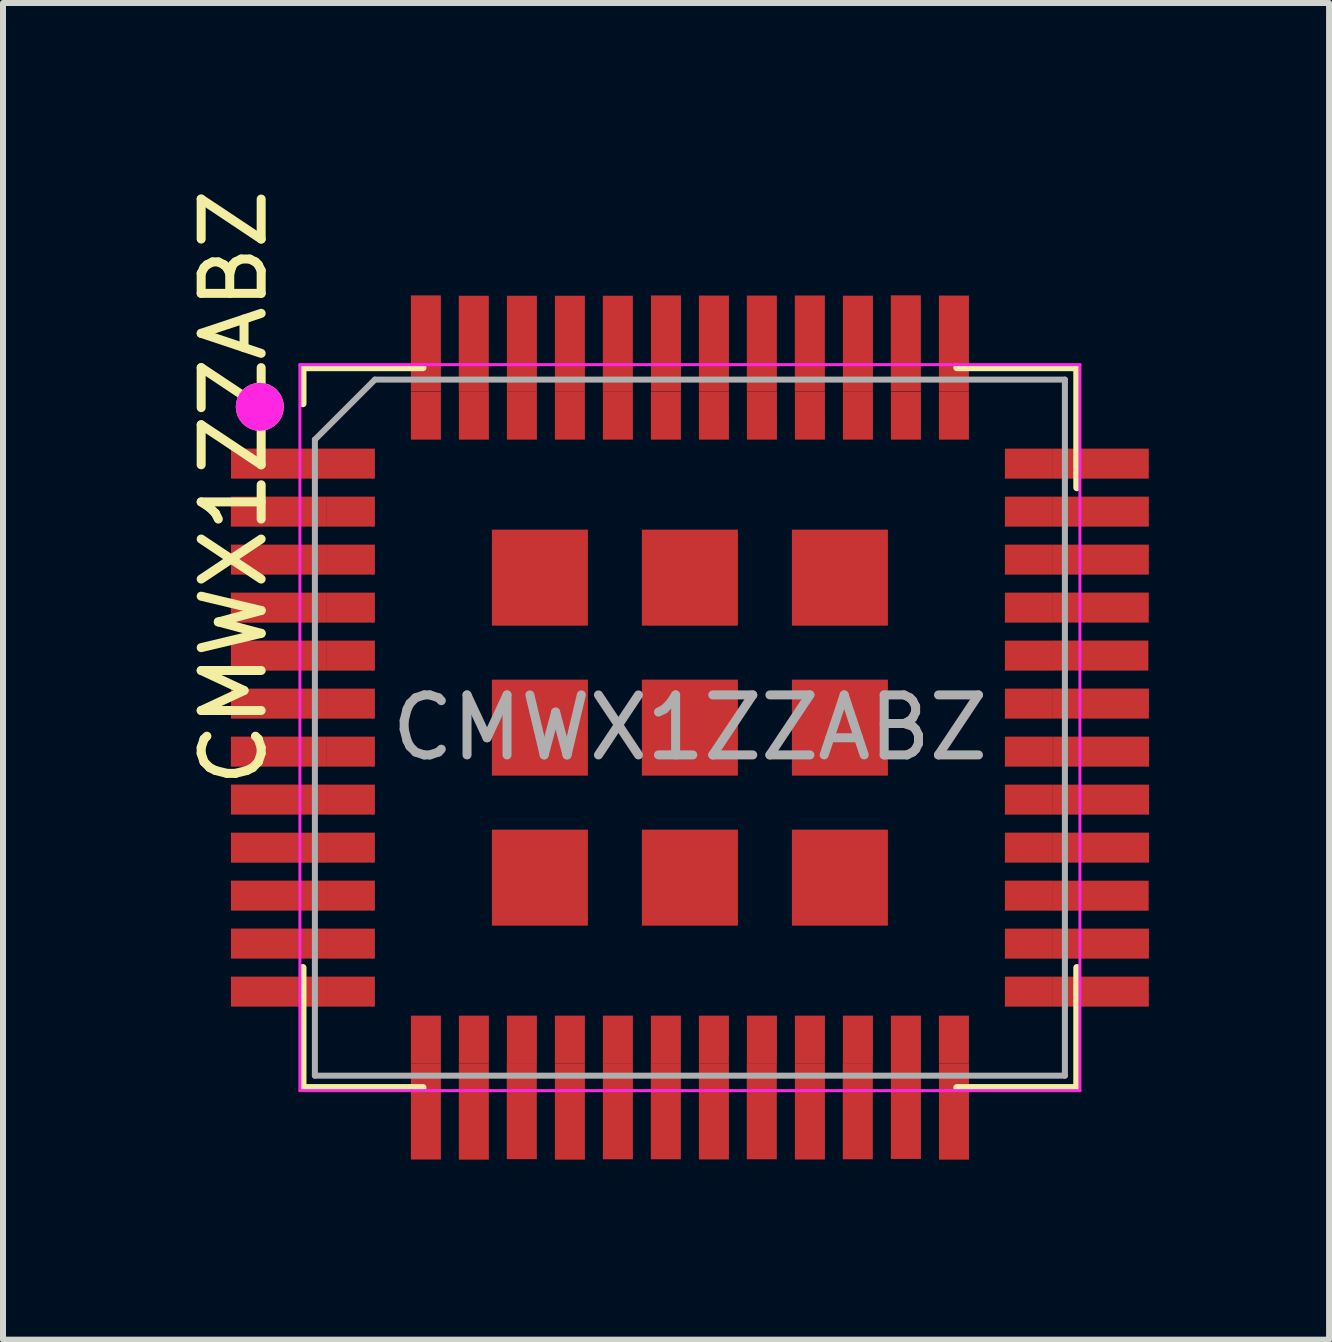
<source format=kicad_pcb>
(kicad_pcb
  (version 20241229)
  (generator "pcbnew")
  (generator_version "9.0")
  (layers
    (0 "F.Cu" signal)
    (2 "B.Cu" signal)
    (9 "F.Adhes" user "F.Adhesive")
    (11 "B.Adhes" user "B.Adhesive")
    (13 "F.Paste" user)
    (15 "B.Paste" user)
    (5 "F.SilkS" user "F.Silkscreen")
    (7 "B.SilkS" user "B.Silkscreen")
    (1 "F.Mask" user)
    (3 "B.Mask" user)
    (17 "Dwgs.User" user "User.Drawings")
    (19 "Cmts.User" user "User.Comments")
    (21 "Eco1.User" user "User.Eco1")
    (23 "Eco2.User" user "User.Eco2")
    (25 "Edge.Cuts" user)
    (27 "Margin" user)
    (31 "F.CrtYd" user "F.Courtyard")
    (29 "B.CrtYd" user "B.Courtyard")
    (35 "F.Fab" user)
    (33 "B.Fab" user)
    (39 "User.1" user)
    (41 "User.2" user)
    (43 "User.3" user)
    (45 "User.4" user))
  (footprint "CMWX1ZZABZ"
    (layer "F.Cu")
    (at 8.448 9.077)
    (property "Reference" "CMWX1ZZABZ" (at -7.6 -4 270) (layer "F.SilkS") (effects (font (size 1 1) (thickness 0.15))))
    (attr smd)
    (fp_line (start -6.45 -6) (end -6.45 -5.4) (stroke (width 0.12) (type solid)) (layer "F.SilkS"))
    (fp_line (start -6.45 -6) (end -4.45 -6) (stroke (width 0.12) (type solid)) (layer "F.SilkS"))
    (fp_line (start -6.45 4) (end -6.45 6) (stroke (width 0.12) (type solid)) (layer "F.SilkS"))
    (fp_line (start -6.45 6) (end -4.45 6) (stroke (width 0.12) (type solid)) (layer "F.SilkS"))
    (fp_line (start 4.45 -6) (end 6.45 -6) (stroke (width 0.12) (type solid)) (layer "F.SilkS"))
    (fp_line (start 4.45 6) (end 6.45 6) (stroke (width 0.12) (type solid)) (layer "F.SilkS"))
    (fp_line (start 6.45 -6) (end 6.45 -4) (stroke (width 0.12) (type solid)) (layer "F.SilkS"))
    (fp_line (start 6.45 4) (end 6.45 6) (stroke (width 0.12) (type solid)) (layer "F.SilkS"))
    (fp_circle (center -7.168 -5.347) (end -6.968 -5.347) (stroke (width 0.4) (type solid)) (fill no) (layer "F.SilkS"))
    (fp_line (start -6.5 -6.05) (end 6.5 -6.05) (stroke (width 0.05) (type solid)) (layer "F.CrtYd"))
    (fp_line (start -6.5 6.05) (end -6.5 -6.05) (stroke (width 0.05) (type solid)) (layer "F.CrtYd"))
    (fp_line (start -6.5 6.05) (end 6.5 6.05) (stroke (width 0.05) (type solid)) (layer "F.CrtYd"))
    (fp_line (start 6.5 -6.05) (end 6.5 6.05) (stroke (width 0.05) (type solid)) (layer "F.CrtYd"))
    (fp_circle (center -7.169 -5.347) (end -6.969 -5.347) (stroke (width 0.4) (type solid)) (fill no) (layer "F.CrtYd"))
    (fp_line (start -6.25 -4.8) (end -6.25 5.8) (stroke (width 0.1) (type solid)) (layer "F.Fab"))
    (fp_line (start -6.25 5.8) (end 6.25 5.8) (stroke (width 0.1) (type solid)) (layer "F.Fab"))
    (fp_line (start -5.25 -5.8) (end -6.25 -4.8) (stroke (width 0.1) (type solid)) (layer "F.Fab"))
    (fp_line (start -5.25 -5.8) (end 6.25 -5.8) (stroke (width 0.1) (type solid)) (layer "F.Fab"))
    (fp_line (start 6.25 -5.8) (end 6.25 5.8) (stroke (width 0.1) (type solid)) (layer "F.Fab"))
    (fp_text user "${REFERENCE}" (at 0 0 0) (layer "F.Fab") (effects (font (size 1 1) (thickness 0.15))))
    (pad "1" smd rect (at -6.848 -4.4) (size 1.6 0.5) (layers "F.Cu" "F.Mask" "F.Paste"))
    (pad "1" smd rect (at -5.65 -4.4) (size 0.8 0.5) (layers "F.Cu" "F.Mask" "F.Paste"))
    (pad "2" smd rect (at -6.85 -3.6) (size 1.6 0.5) (layers "F.Cu" "F.Mask" "F.Paste"))
    (pad "2" smd rect (at -5.65 -3.6) (size 0.8 0.5) (layers "F.Cu" "F.Mask" "F.Paste"))
    (pad "3" smd rect (at -6.849 -2.8) (size 1.6 0.5) (layers "F.Cu" "F.Mask" "F.Paste"))
    (pad "3" smd rect (at -5.65 -2.8) (size 0.8 0.5) (layers "F.Cu" "F.Mask" "F.Paste"))
    (pad "4" smd rect (at -6.85 -2) (size 1.6 0.5) (layers "F.Cu" "F.Mask" "F.Paste"))
    (pad "4" smd rect (at -5.65 -2) (size 0.8 0.5) (layers "F.Cu" "F.Mask" "F.Paste"))
    (pad "5" smd rect (at -6.85 -1.2) (size 1.6 0.5) (layers "F.Cu" "F.Mask" "F.Paste"))
    (pad "5" smd rect (at -5.65 -1.2) (size 0.8 0.5) (layers "F.Cu" "F.Mask" "F.Paste"))
    (pad "6" smd rect (at -6.849 -0.4) (size 1.6 0.5) (layers "F.Cu" "F.Mask" "F.Paste"))
    (pad "6" smd rect (at -5.65 -0.4) (size 0.8 0.5) (layers "F.Cu" "F.Mask" "F.Paste"))
    (pad "7" smd rect (at -6.85 0.4) (size 1.6 0.5) (layers "F.Cu" "F.Mask" "F.Paste"))
    (pad "7" smd rect (at -5.65 0.4) (size 0.8 0.5) (layers "F.Cu" "F.Mask" "F.Paste"))
    (pad "8" smd rect (at -6.849 1.199) (size 1.6 0.5) (layers "F.Cu" "F.Mask" "F.Paste"))
    (pad "8" smd rect (at -5.65 1.2) (size 0.8 0.5) (layers "F.Cu" "F.Mask" "F.Paste"))
    (pad "9" smd rect (at -6.849 2.001) (size 1.6 0.5) (layers "F.Cu" "F.Mask" "F.Paste"))
    (pad "9" smd rect (at -5.65 2) (size 0.8 0.5) (layers "F.Cu" "F.Mask" "F.Paste"))
    (pad "10" smd rect (at -6.849 2.8) (size 1.6 0.5) (layers "F.Cu" "F.Mask" "F.Paste"))
    (pad "10" smd rect (at -5.65 2.8) (size 0.8 0.5) (layers "F.Cu" "F.Mask" "F.Paste"))
    (pad "11" smd rect (at -6.849 3.599) (size 1.6 0.5) (layers "F.Cu" "F.Mask" "F.Paste"))
    (pad "11" smd rect (at -5.65 3.6) (size 0.8 0.5) (layers "F.Cu" "F.Mask" "F.Paste"))
    (pad "12" smd rect (at -6.849 4.4) (size 1.6 0.5) (layers "F.Cu" "F.Mask" "F.Paste"))
    (pad "12" smd rect (at -5.65 4.4) (size 0.8 0.5) (layers "F.Cu" "F.Mask" "F.Paste"))
    (pad "13" smd rect (at -4.4 5.2 90) (size 0.8 0.5) (layers "F.Cu" "F.Mask" "F.Paste"))
    (pad "13" smd rect (at -4.4 6.398 90) (size 1.6 0.5) (layers "F.Cu" "F.Mask" "F.Paste"))
    (pad "14" smd rect (at -3.601 6.4 90) (size 1.6 0.5) (layers "F.Cu" "F.Mask" "F.Paste"))
    (pad "14" smd rect (at -3.6 5.2 90) (size 0.8 0.5) (layers "F.Cu" "F.Mask" "F.Paste"))
    (pad "15" smd rect (at -2.802 6.392 90) (size 1.6 0.5) (layers "F.Cu" "F.Mask" "F.Paste"))
    (pad "15" smd rect (at -2.8 5.2 90) (size 0.8 0.5) (layers "F.Cu" "F.Mask" "F.Paste"))
    (pad "16" smd rect (at -2 5.2 90) (size 0.8 0.5) (layers "F.Cu" "F.Mask" "F.Paste"))
    (pad "16" smd rect (at -2 6.4 90) (size 1.6 0.5) (layers "F.Cu" "F.Mask" "F.Paste"))
    (pad "17" smd rect (at -1.2 5.2 90) (size 0.8 0.5) (layers "F.Cu" "F.Mask" "F.Paste"))
    (pad "17" smd rect (at -1.2 6.394 90) (size 1.6 0.5) (layers "F.Cu" "F.Mask" "F.Paste"))
    (pad "18" smd rect (at -0.401 6.394 90) (size 1.6 0.5) (layers "F.Cu" "F.Mask" "F.Paste"))
    (pad "18" smd rect (at -0.4 5.2 90) (size 0.8 0.5) (layers "F.Cu" "F.Mask" "F.Paste"))
    (pad "19" smd rect (at 0.4 5.2 90) (size 0.8 0.5) (layers "F.Cu" "F.Mask" "F.Paste"))
    (pad "19" smd rect (at 0.4 6.397 90) (size 1.6 0.5) (layers "F.Cu" "F.Mask" "F.Paste"))
    (pad "20" smd rect (at 1.198 6.394 90) (size 1.6 0.5) (layers "F.Cu" "F.Mask" "F.Paste"))
    (pad "20" smd rect (at 1.2 5.2 270) (size 0.8 0.5) (layers "F.Cu" "F.Mask" "F.Paste"))
    (pad "21" smd rect (at 2 5.2 270) (size 0.8 0.5) (layers "F.Cu" "F.Mask" "F.Paste"))
    (pad "21" smd rect (at 2 6.398 90) (size 1.6 0.5) (layers "F.Cu" "F.Mask" "F.Paste"))
    (pad "22" smd rect (at 2.798 6.394 90) (size 1.6 0.5) (layers "F.Cu" "F.Mask" "F.Paste"))
    (pad "22" smd rect (at 2.8 5.2 270) (size 0.8 0.5) (layers "F.Cu" "F.Mask" "F.Paste"))
    (pad "23" smd rect (at 3.6 5.2 270) (size 0.8 0.5) (layers "F.Cu" "F.Mask" "F.Paste"))
    (pad "23" smd rect (at 3.6 6.388 90) (size 1.6 0.5) (layers "F.Cu" "F.Mask" "F.Paste"))
    (pad "24" smd rect (at 4.4 5.2 270) (size 0.8 0.5) (layers "F.Cu" "F.Mask" "F.Paste"))
    (pad "24" smd rect (at 4.401 6.4 90) (size 1.6 0.5) (layers "F.Cu" "F.Mask" "F.Paste"))
    (pad "25" smd rect (at 5.65 4.4) (size 0.8 0.5) (layers "F.Cu" "F.Mask" "F.Paste"))
    (pad "25" smd rect (at 6.849 4.4 180) (size 1.6 0.5) (layers "F.Cu" "F.Mask" "F.Paste"))
    (pad "26" smd rect (at 5.65 3.6) (size 0.8 0.5) (layers "F.Cu" "F.Mask" "F.Paste"))
    (pad "26" smd rect (at 6.85 3.6 180) (size 1.6 0.5) (layers "F.Cu" "F.Mask" "F.Paste"))
    (pad "27" smd rect (at 5.65 2.8) (size 0.8 0.5) (layers "F.Cu" "F.Mask" "F.Paste"))
    (pad "27" smd rect (at 6.846 2.801 180) (size 1.6 0.5) (layers "F.Cu" "F.Mask" "F.Paste"))
    (pad "28" smd rect (at 5.65 2) (size 0.8 0.5) (layers "F.Cu" "F.Mask" "F.Paste"))
    (pad "28" smd rect (at 6.851 2 180) (size 1.6 0.5) (layers "F.Cu" "F.Mask" "F.Paste"))
    (pad "29" smd rect (at 5.65 1.2) (size 0.8 0.5) (layers "F.Cu" "F.Mask" "F.Paste"))
    (pad "29" smd rect (at 6.852 1.2 180) (size 1.6 0.5) (layers "F.Cu" "F.Mask" "F.Paste"))
    (pad "30" smd rect (at 5.65 0.4) (size 0.8 0.5) (layers "F.Cu" "F.Mask" "F.Paste"))
    (pad "30" smd rect (at 6.853 0.4) (size 1.6 0.5) (layers "F.Cu" "F.Mask" "F.Paste"))
    (pad "31" smd rect (at 5.65 -0.4) (size 0.8 0.5) (layers "F.Cu" "F.Mask" "F.Paste"))
    (pad "31" smd rect (at 6.85 -0.401) (size 1.6 0.5) (layers "F.Cu" "F.Mask" "F.Paste"))
    (pad "32" smd rect (at 5.65 -1.2) (size 0.8 0.5) (layers "F.Cu" "F.Mask" "F.Paste"))
    (pad "32" smd rect (at 6.841 -1.201) (size 1.6 0.5) (layers "F.Cu" "F.Mask" "F.Paste"))
    (pad "33" smd rect (at 5.65 -2) (size 0.8 0.5) (layers "F.Cu" "F.Mask" "F.Paste"))
    (pad "33" smd rect (at 6.848 -2.001) (size 1.6 0.5) (layers "F.Cu" "F.Mask" "F.Paste"))
    (pad "34" smd rect (at 5.65 -2.8) (size 0.8 0.5) (layers "F.Cu" "F.Mask" "F.Paste"))
    (pad "34" smd rect (at 6.849 -2.8) (size 1.6 0.5) (layers "F.Cu" "F.Mask" "F.Paste"))
    (pad "35" smd rect (at 5.65 -3.6) (size 0.8 0.5) (layers "F.Cu" "F.Mask" "F.Paste"))
    (pad "35" smd rect (at 6.849 -3.6) (size 1.6 0.5) (layers "F.Cu" "F.Mask" "F.Paste"))
    (pad "36" smd rect (at 5.65 -4.4) (size 0.8 0.5) (layers "F.Cu" "F.Mask" "F.Paste"))
    (pad "36" smd rect (at 6.848 -4.4) (size 1.6 0.5) (layers "F.Cu" "F.Mask" "F.Paste"))
    (pad "37" smd rect (at 4.4 -6.401 270) (size 1.6 0.5) (layers "F.Cu" "F.Mask" "F.Paste"))
    (pad "37" smd rect (at 4.4 -5.2 90) (size 0.8 0.5) (layers "F.Cu" "F.Mask" "F.Paste"))
    (pad "38" smd rect (at 3.599 -6.405 90) (size 1.6 0.5) (layers "F.Cu" "F.Mask" "F.Paste"))
    (pad "38" smd rect (at 3.6 -5.2 90) (size 0.8 0.5) (layers "F.Cu" "F.Mask" "F.Paste"))
    (pad "39" smd rect (at 2.8 -6.399 90) (size 1.6 0.5) (layers "F.Cu" "F.Mask" "F.Paste"))
    (pad "39" smd rect (at 2.8 -5.2 90) (size 0.8 0.5) (layers "F.Cu" "F.Mask" "F.Paste"))
    (pad "40" smd rect (at 1.999 -6.402 90) (size 1.6 0.5) (layers "F.Cu" "F.Mask" "F.Paste"))
    (pad "40" smd rect (at 2 -5.2 90) (size 0.8 0.5) (layers "F.Cu" "F.Mask" "F.Paste"))
    (pad "41" smd rect (at 1.199 -6.401 90) (size 1.6 0.5) (layers "F.Cu" "F.Mask" "F.Paste"))
    (pad "41" smd rect (at 1.2 -5.2 90) (size 0.8 0.5) (layers "F.Cu" "F.Mask" "F.Paste"))
    (pad "42" smd rect (at 0.4 -6.401 90) (size 1.6 0.5) (layers "F.Cu" "F.Mask" "F.Paste"))
    (pad "42" smd rect (at 0.4 -5.2 90) (size 0.8 0.5) (layers "F.Cu" "F.Mask" "F.Paste"))
    (pad "43" smd rect (at -0.4 -5.2 90) (size 0.8 0.5) (layers "F.Cu" "F.Mask" "F.Paste"))
    (pad "43" smd rect (at -0.399 -6.403 90) (size 1.6 0.5) (layers "F.Cu" "F.Mask" "F.Paste"))
    (pad "44" smd rect (at -1.201 -6.398 90) (size 1.6 0.5) (layers "F.Cu" "F.Mask" "F.Paste"))
    (pad "44" smd rect (at -1.2 -5.2 90) (size 0.8 0.5) (layers "F.Cu" "F.Mask" "F.Paste"))
    (pad "45" smd rect (at -2 -6.398 90) (size 1.6 0.5) (layers "F.Cu" "F.Mask" "F.Paste"))
    (pad "45" smd rect (at -2 -5.2 90) (size 0.8 0.5) (layers "F.Cu" "F.Mask" "F.Paste"))
    (pad "46" smd rect (at -2.8 -6.398 90) (size 1.6 0.5) (layers "F.Cu" "F.Mask" "F.Paste"))
    (pad "46" smd rect (at -2.8 -5.2 90) (size 0.8 0.5) (layers "F.Cu" "F.Mask" "F.Paste"))
    (pad "47" smd rect (at -3.602 -6.398 90) (size 1.6 0.5) (layers "F.Cu" "F.Mask" "F.Paste"))
    (pad "47" smd rect (at -3.6 -5.2 90) (size 0.8 0.5) (layers "F.Cu" "F.Mask" "F.Paste"))
    (pad "48" smd rect (at -4.4 -6.404 90) (size 1.6 0.5) (layers "F.Cu" "F.Mask" "F.Paste"))
    (pad "48" smd rect (at -4.4 -5.2 90) (size 0.8 0.5) (layers "F.Cu" "F.Mask" "F.Paste"))
    (pad "49" smd rect (at -2.5 -2.5 90) (size 1.6 1.6) (layers "F.Cu" "F.Mask" "F.Paste"))
    (pad "50" smd rect (at 0 -2.5 90) (size 1.6 1.6) (layers "F.Cu" "F.Mask" "F.Paste"))
    (pad "51" smd rect (at 2.5 -2.5 90) (size 1.6 1.6) (layers "F.Cu" "F.Mask" "F.Paste"))
    (pad "52" smd rect (at -2.5 0 90) (size 1.6 1.6) (layers "F.Cu" "F.Mask" "F.Paste"))
    (pad "53" smd rect (at 0 0 90) (size 1.6 1.6) (layers "F.Cu" "F.Mask" "F.Paste"))
    (pad "54" smd rect (at 2.5 0 90) (size 1.6 1.6) (layers "F.Cu" "F.Mask" "F.Paste"))
    (pad "55" smd rect (at -2.5 2.5 90) (size 1.6 1.6) (layers "F.Cu" "F.Mask" "F.Paste"))
    (pad "56" smd rect (at 0 2.5 90) (size 1.6 1.6) (layers "F.Cu" "F.Mask" "F.Paste"))
    (pad "57" smd rect (at 2.5 2.5 90) (size 1.6 1.6) (layers "F.Cu" "F.Mask" "F.Paste")))
  (gr_rect
    (start -3 -3)
    (end 19.101 19.277)
    (stroke (width 0.1) (type default))
    (fill no)
    (layer "Edge.Cuts")))
</source>
